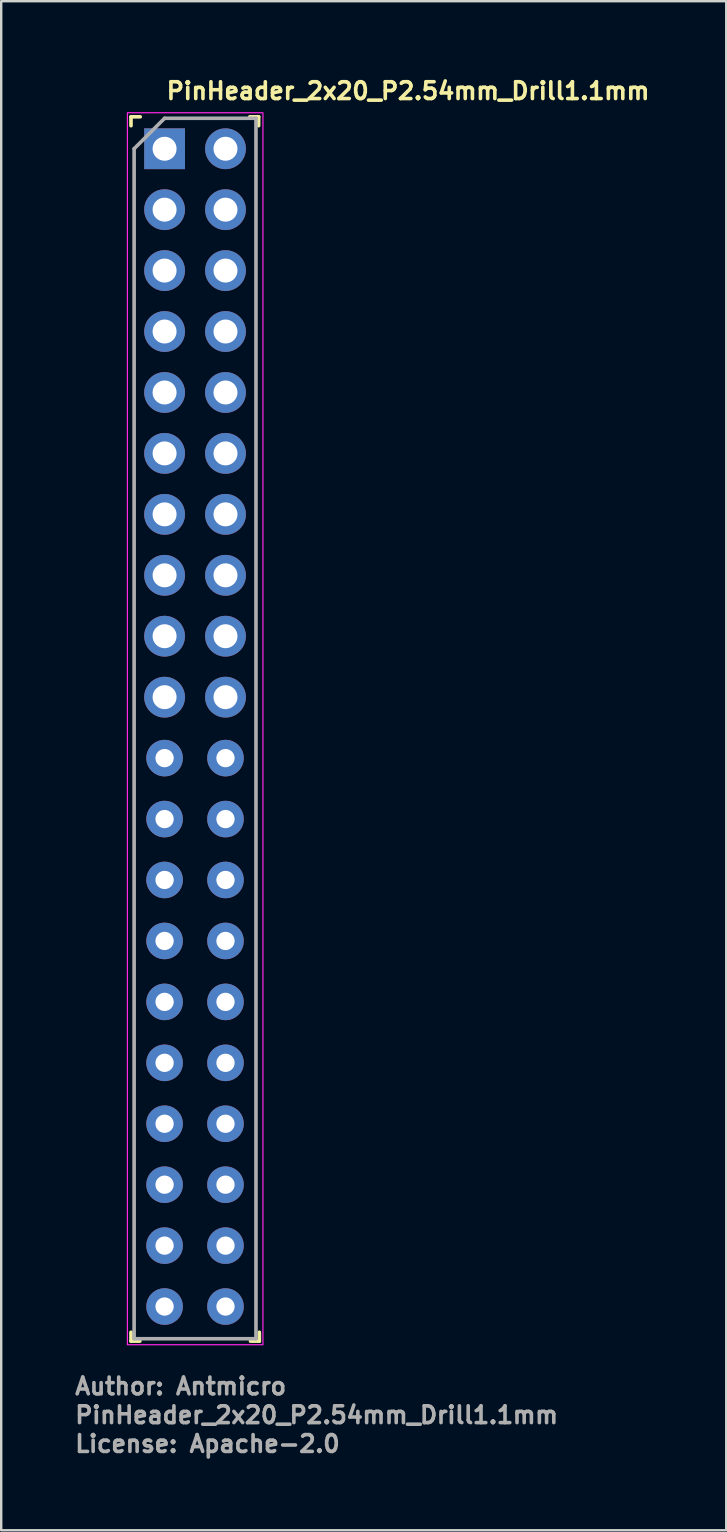
<source format=kicad_pcb>
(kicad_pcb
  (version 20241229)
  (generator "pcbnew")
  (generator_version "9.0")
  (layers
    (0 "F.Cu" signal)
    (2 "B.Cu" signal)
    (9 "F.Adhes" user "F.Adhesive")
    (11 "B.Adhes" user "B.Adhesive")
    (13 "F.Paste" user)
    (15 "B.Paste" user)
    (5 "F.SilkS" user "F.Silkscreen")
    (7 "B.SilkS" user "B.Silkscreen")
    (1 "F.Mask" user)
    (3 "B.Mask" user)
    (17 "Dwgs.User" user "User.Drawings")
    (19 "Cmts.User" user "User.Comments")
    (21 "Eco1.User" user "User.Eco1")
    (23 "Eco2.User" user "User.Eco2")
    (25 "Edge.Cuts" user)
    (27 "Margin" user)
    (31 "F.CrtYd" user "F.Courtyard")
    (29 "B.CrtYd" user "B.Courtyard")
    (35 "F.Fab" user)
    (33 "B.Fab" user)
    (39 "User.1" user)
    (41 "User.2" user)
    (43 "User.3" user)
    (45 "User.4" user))
  (footprint "PinHeader_2x20_P2.54mm_Drill1.1mm"
    (layer "F.Cu")
    (at 3.81 3.15)
    (property "Reference" "PinHeader_2x20_P2.54mm_Drill1.1mm" (at 0 -2 0) (layer "F.SilkS") (effects (font (size 0.7 0.7) (thickness 0.15)) (justify left bottom)))
    (attr through_hole)
    (fp_line (start -1.4 -1.331) (end -1.4 -0.961) (stroke (width 0.15) (type solid)) (layer "F.SilkS"))
    (fp_line (start -1.4 49.33) (end -1.4 49.7) (stroke (width 0.15) (type solid)) (layer "F.SilkS"))
    (fp_line (start -1.4 49.7) (end -1.03 49.7) (stroke (width 0.15) (type solid)) (layer "F.SilkS"))
    (fp_line (start -1.015 -1.331) (end -1.4 -1.331) (stroke (width 0.15) (type solid)) (layer "F.SilkS"))
    (fp_line (start 3.58 49.7) (end 3.95 49.7) (stroke (width 0.15) (type solid)) (layer "F.SilkS"))
    (fp_line (start 3.92 -1.331) (end 3.55 -1.331) (stroke (width 0.15) (type solid)) (layer "F.SilkS"))
    (fp_line (start 3.92 -0.961) (end 3.92 -1.331) (stroke (width 0.15) (type solid)) (layer "F.SilkS"))
    (fp_line (start 3.95 49.7) (end 3.95 49.33) (stroke (width 0.15) (type solid)) (layer "F.SilkS"))
    (fp_rect (start 4.1 49.85) (end -1.55 -1.5) (stroke (width 0.05) (type solid)) (fill no) (layer "F.CrtYd"))
    (fp_line (start -1.27 0) (end 0 -1.27) (stroke (width 0.15) (type solid)) (layer "F.Fab"))
    (fp_line (start -1.27 49.6) (end -1.27 0) (stroke (width 0.15) (type solid)) (layer "F.Fab"))
    (fp_line (start 0 -1.27) (end 3.809 -1.27) (stroke (width 0.15) (type solid)) (layer "F.Fab"))
    (fp_line (start 3.809 -1.27) (end 3.809 49.6) (stroke (width 0.15) (type solid)) (layer "F.Fab"))
    (fp_line (start 3.809 49.6) (end -1.27 49.6) (stroke (width 0.15) (type solid)) (layer "F.Fab"))
    (fp_rect (start 3.81 49.531) (end -1.269 -1.269) (stroke (width 0.1) (type solid)) (fill no) (layer "User.5"))
    (fp_line (start -1.269 -1.269) (end -1.269 1.047) (stroke (width 0.02) (type solid)) (layer "User.9"))
    (fp_line (start -1.269 -1.269) (end 3.81 -1.269) (stroke (width 0.02) (type solid)) (layer "User.9"))
    (fp_line (start -1.269 1.047) (end -1.044 1.27) (stroke (width 0.02) (type solid)) (layer "User.9"))
    (fp_line (start -1.269 1.047) (end 3.81 1.047) (stroke (width 0.02) (type solid)) (layer "User.9"))
    (fp_line (start -1.269 1.496) (end -1.269 3.586) (stroke (width 0.02) (type solid)) (layer "User.9"))
    (fp_line (start -1.269 1.496) (end -1.044 1.27) (stroke (width 0.02) (type solid)) (layer "User.9"))
    (fp_line (start -1.269 1.496) (end 3.81 1.496) (stroke (width 0.02) (type solid)) (layer "User.9"))
    (fp_line (start -1.269 3.586) (end -1.044 3.81) (stroke (width 0.02) (type solid)) (layer "User.9"))
    (fp_line (start -1.269 3.586) (end 3.81 3.586) (stroke (width 0.02) (type solid)) (layer "User.9"))
    (fp_line (start -1.269 4.036) (end -1.269 6.127) (stroke (width 0.02) (type solid)) (layer "User.9"))
    (fp_line (start -1.269 4.036) (end -1.044 3.81) (stroke (width 0.02) (type solid)) (layer "User.9"))
    (fp_line (start -1.269 4.036) (end 3.81 4.036) (stroke (width 0.02) (type solid)) (layer "User.9"))
    (fp_line (start -1.269 6.127) (end -1.044 6.351) (stroke (width 0.02) (type solid)) (layer "User.9"))
    (fp_line (start -1.269 6.127) (end 3.81 6.127) (stroke (width 0.02) (type solid)) (layer "User.9"))
    (fp_line (start -1.269 6.576) (end -1.269 8.667) (stroke (width 0.02) (type solid)) (layer "User.9"))
    (fp_line (start -1.269 6.576) (end -1.044 6.351) (stroke (width 0.02) (type solid)) (layer "User.9"))
    (fp_line (start -1.269 6.576) (end 3.81 6.576) (stroke (width 0.02) (type solid)) (layer "User.9"))
    (fp_line (start -1.269 8.667) (end -1.044 8.891) (stroke (width 0.02) (type solid)) (layer "User.9"))
    (fp_line (start -1.269 8.667) (end 3.81 8.667) (stroke (width 0.02) (type solid)) (layer "User.9"))
    (fp_line (start -1.269 9.116) (end -1.269 11.206) (stroke (width 0.02) (type solid)) (layer "User.9"))
    (fp_line (start -1.269 9.116) (end -1.044 8.891) (stroke (width 0.02) (type solid)) (layer "User.9"))
    (fp_line (start -1.269 9.116) (end 3.81 9.116) (stroke (width 0.02) (type solid)) (layer "User.9"))
    (fp_line (start -1.269 11.206) (end -1.044 11.43) (stroke (width 0.02) (type solid)) (layer "User.9"))
    (fp_line (start -1.269 11.206) (end 3.81 11.206) (stroke (width 0.02) (type solid)) (layer "User.9"))
    (fp_line (start -1.269 11.655) (end -1.269 13.747) (stroke (width 0.02) (type solid)) (layer "User.9"))
    (fp_line (start -1.269 11.655) (end -1.044 11.43) (stroke (width 0.02) (type solid)) (layer "User.9"))
    (fp_line (start -1.269 11.655) (end 3.81 11.655) (stroke (width 0.02) (type solid)) (layer "User.9"))
    (fp_line (start -1.269 13.747) (end -1.044 13.971) (stroke (width 0.02) (type solid)) (layer "User.9"))
    (fp_line (start -1.269 13.747) (end 3.81 13.747) (stroke (width 0.02) (type solid)) (layer "User.9"))
    (fp_line (start -1.269 14.195) (end -1.269 16.287) (stroke (width 0.02) (type solid)) (layer "User.9"))
    (fp_line (start -1.269 14.195) (end -1.044 13.971) (stroke (width 0.02) (type solid)) (layer "User.9"))
    (fp_line (start -1.269 14.195) (end 3.81 14.195) (stroke (width 0.02) (type solid)) (layer "User.9"))
    (fp_line (start -1.269 16.287) (end -1.044 16.511) (stroke (width 0.02) (type solid)) (layer "User.9"))
    (fp_line (start -1.269 16.287) (end 3.81 16.287) (stroke (width 0.02) (type solid)) (layer "User.9"))
    (fp_line (start -1.269 16.735) (end -1.269 18.827) (stroke (width 0.02) (type solid)) (layer "User.9"))
    (fp_line (start -1.269 16.735) (end -1.044 16.511) (stroke (width 0.02) (type solid)) (layer "User.9"))
    (fp_line (start -1.269 16.735) (end 3.81 16.735) (stroke (width 0.02) (type solid)) (layer "User.9"))
    (fp_line (start -1.269 18.827) (end -1.044 19.051) (stroke (width 0.02) (type solid)) (layer "User.9"))
    (fp_line (start -1.269 18.827) (end 3.81 18.827) (stroke (width 0.02) (type solid)) (layer "User.9"))
    (fp_line (start -1.269 19.276) (end -1.269 21.366) (stroke (width 0.02) (type solid)) (layer "User.9"))
    (fp_line (start -1.269 19.276) (end -1.044 19.051) (stroke (width 0.02) (type solid)) (layer "User.9"))
    (fp_line (start -1.269 19.276) (end 3.81 19.276) (stroke (width 0.02) (type solid)) (layer "User.9"))
    (fp_line (start -1.269 21.366) (end -1.044 21.59) (stroke (width 0.02) (type solid)) (layer "User.9"))
    (fp_line (start -1.269 21.366) (end 3.81 21.366) (stroke (width 0.02) (type solid)) (layer "User.9"))
    (fp_line (start -1.269 21.816) (end -1.269 23.906) (stroke (width 0.02) (type solid)) (layer "User.9"))
    (fp_line (start -1.269 21.816) (end -1.044 21.59) (stroke (width 0.02) (type solid)) (layer "User.9"))
    (fp_line (start -1.269 21.816) (end 3.81 21.816) (stroke (width 0.02) (type solid)) (layer "User.9"))
    (fp_line (start -1.269 23.906) (end -1.044 24.13) (stroke (width 0.02) (type solid)) (layer "User.9"))
    (fp_line (start -1.269 23.906) (end 3.81 23.906) (stroke (width 0.02) (type solid)) (layer "User.9"))
    (fp_line (start -1.269 24.355) (end -1.269 26.447) (stroke (width 0.02) (type solid)) (layer "User.9"))
    (fp_line (start -1.269 24.355) (end -1.044 24.13) (stroke (width 0.02) (type solid)) (layer "User.9"))
    (fp_line (start -1.269 24.355) (end 3.81 24.355) (stroke (width 0.02) (type solid)) (layer "User.9"))
    (fp_line (start -1.269 26.447) (end -1.044 26.671) (stroke (width 0.02) (type solid)) (layer "User.9"))
    (fp_line (start -1.269 26.447) (end 3.81 26.447) (stroke (width 0.02) (type solid)) (layer "User.9"))
    (fp_line (start -1.269 26.895) (end -1.269 28.987) (stroke (width 0.02) (type solid)) (layer "User.9"))
    (fp_line (start -1.269 26.895) (end -1.044 26.671) (stroke (width 0.02) (type solid)) (layer "User.9"))
    (fp_line (start -1.269 26.895) (end 3.81 26.895) (stroke (width 0.02) (type solid)) (layer "User.9"))
    (fp_line (start -1.269 28.987) (end -1.044 29.211) (stroke (width 0.02) (type solid)) (layer "User.9"))
    (fp_line (start -1.269 28.987) (end 3.81 28.987) (stroke (width 0.02) (type solid)) (layer "User.9"))
    (fp_line (start -1.269 29.436) (end -1.269 31.526) (stroke (width 0.02) (type solid)) (layer "User.9"))
    (fp_line (start -1.269 29.436) (end -1.044 29.211) (stroke (width 0.02) (type solid)) (layer "User.9"))
    (fp_line (start -1.269 29.436) (end 3.81 29.436) (stroke (width 0.02) (type solid)) (layer "User.9"))
    (fp_line (start -1.269 31.526) (end -1.044 31.75) (stroke (width 0.02) (type solid)) (layer "User.9"))
    (fp_line (start -1.269 31.526) (end 3.81 31.526) (stroke (width 0.02) (type solid)) (layer "User.9"))
    (fp_line (start -1.269 31.976) (end -1.269 34.067) (stroke (width 0.02) (type solid)) (layer "User.9"))
    (fp_line (start -1.269 31.976) (end -1.044 31.75) (stroke (width 0.02) (type solid)) (layer "User.9"))
    (fp_line (start -1.269 31.976) (end 3.81 31.976) (stroke (width 0.02) (type solid)) (layer "User.9"))
    (fp_line (start -1.269 34.067) (end -1.044 34.292) (stroke (width 0.02) (type solid)) (layer "User.9"))
    (fp_line (start -1.269 34.067) (end 3.81 34.067) (stroke (width 0.02) (type solid)) (layer "User.9"))
    (fp_line (start -1.269 34.515) (end -1.269 36.607) (stroke (width 0.02) (type solid)) (layer "User.9"))
    (fp_line (start -1.269 34.515) (end -1.044 34.292) (stroke (width 0.02) (type solid)) (layer "User.9"))
    (fp_line (start -1.269 34.515) (end 3.81 34.515) (stroke (width 0.02) (type solid)) (layer "User.9"))
    (fp_line (start -1.269 36.607) (end -1.044 36.832) (stroke (width 0.02) (type solid)) (layer "User.9"))
    (fp_line (start -1.269 36.607) (end 3.81 36.607) (stroke (width 0.02) (type solid)) (layer "User.9"))
    (fp_line (start -1.269 37.055) (end -1.269 39.146) (stroke (width 0.02) (type solid)) (layer "User.9"))
    (fp_line (start -1.269 37.055) (end -1.044 36.832) (stroke (width 0.02) (type solid)) (layer "User.9"))
    (fp_line (start -1.269 37.055) (end 3.81 37.055) (stroke (width 0.02) (type solid)) (layer "User.9"))
    (fp_line (start -1.269 39.146) (end -1.044 39.37) (stroke (width 0.02) (type solid)) (layer "User.9"))
    (fp_line (start -1.269 39.146) (end 3.81 39.146) (stroke (width 0.02) (type solid)) (layer "User.9"))
    (fp_line (start -1.269 39.595) (end -1.269 41.686) (stroke (width 0.02) (type solid)) (layer "User.9"))
    (fp_line (start -1.269 39.595) (end -1.044 39.37) (stroke (width 0.02) (type solid)) (layer "User.9"))
    (fp_line (start -1.269 39.595) (end 3.81 39.595) (stroke (width 0.02) (type solid)) (layer "User.9"))
    (fp_line (start -1.269 41.686) (end -1.044 41.911) (stroke (width 0.02) (type solid)) (layer "User.9"))
    (fp_line (start -1.269 41.686) (end 3.81 41.686) (stroke (width 0.02) (type solid)) (layer "User.9"))
    (fp_line (start -1.269 42.135) (end -1.269 44.226) (stroke (width 0.02) (type solid)) (layer "User.9"))
    (fp_line (start -1.269 42.135) (end -1.044 41.911) (stroke (width 0.02) (type solid)) (layer "User.9"))
    (fp_line (start -1.269 42.135) (end 3.81 42.135) (stroke (width 0.02) (type solid)) (layer "User.9"))
    (fp_line (start -1.269 44.226) (end -1.044 44.451) (stroke (width 0.02) (type solid)) (layer "User.9"))
    (fp_line (start -1.269 44.226) (end 3.81 44.226) (stroke (width 0.02) (type solid)) (layer "User.9"))
    (fp_line (start -1.269 44.676) (end -1.269 46.766) (stroke (width 0.02) (type solid)) (layer "User.9"))
    (fp_line (start -1.269 44.676) (end -1.044 44.451) (stroke (width 0.02) (type solid)) (layer "User.9"))
    (fp_line (start -1.269 44.676) (end 3.81 44.676) (stroke (width 0.02) (type solid)) (layer "User.9"))
    (fp_line (start -1.269 46.766) (end -1.044 46.991) (stroke (width 0.02) (type solid)) (layer "User.9"))
    (fp_line (start -1.269 46.766) (end 3.81 46.766) (stroke (width 0.02) (type solid)) (layer "User.9"))
    (fp_line (start -1.269 47.216) (end -1.269 49.531) (stroke (width 0.02) (type solid)) (layer "User.9"))
    (fp_line (start -1.269 47.216) (end -1.044 46.991) (stroke (width 0.02) (type solid)) (layer "User.9"))
    (fp_line (start -1.269 47.216) (end 3.81 47.216) (stroke (width 0.02) (type solid)) (layer "User.9"))
    (fp_line (start -1.269 49.531) (end 3.81 49.531) (stroke (width 0.02) (type solid)) (layer "User.9"))
    (fp_line (start -1.044 1.27) (end 3.586 1.27) (stroke (width 0.02) (type solid)) (layer "User.9"))
    (fp_line (start -1.044 3.81) (end 3.586 3.81) (stroke (width 0.02) (type solid)) (layer "User.9"))
    (fp_line (start -1.044 6.351) (end 3.586 6.351) (stroke (width 0.02) (type solid)) (layer "User.9"))
    (fp_line (start -1.044 8.891) (end 3.586 8.891) (stroke (width 0.02) (type solid)) (layer "User.9"))
    (fp_line (start -1.044 11.43) (end 3.586 11.43) (stroke (width 0.02) (type solid)) (layer "User.9"))
    (fp_line (start -1.044 13.971) (end 3.586 13.971) (stroke (width 0.02) (type solid)) (layer "User.9"))
    (fp_line (start -1.044 16.511) (end 3.586 16.511) (stroke (width 0.02) (type solid)) (layer "User.9"))
    (fp_line (start -1.044 19.051) (end 3.586 19.051) (stroke (width 0.02) (type solid)) (layer "User.9"))
    (fp_line (start -1.044 21.59) (end 3.586 21.59) (stroke (width 0.02) (type solid)) (layer "User.9"))
    (fp_line (start -1.044 24.13) (end 3.586 24.13) (stroke (width 0.02) (type solid)) (layer "User.9"))
    (fp_line (start -1.044 26.671) (end 3.586 26.671) (stroke (width 0.02) (type solid)) (layer "User.9"))
    (fp_line (start -1.044 29.211) (end 3.586 29.211) (stroke (width 0.02) (type solid)) (layer "User.9"))
    (fp_line (start -1.044 31.75) (end 3.586 31.75) (stroke (width 0.02) (type solid)) (layer "User.9"))
    (fp_line (start -1.044 34.292) (end 3.586 34.292) (stroke (width 0.02) (type solid)) (layer "User.9"))
    (fp_line (start -1.044 36.832) (end 3.586 36.832) (stroke (width 0.02) (type solid)) (layer "User.9"))
    (fp_line (start -1.044 39.37) (end 3.586 39.37) (stroke (width 0.02) (type solid)) (layer "User.9"))
    (fp_line (start -1.044 41.911) (end 3.586 41.911) (stroke (width 0.02) (type solid)) (layer "User.9"))
    (fp_line (start -1.044 44.451) (end 3.586 44.451) (stroke (width 0.02) (type solid)) (layer "User.9"))
    (fp_line (start -1.044 46.991) (end 3.586 46.991) (stroke (width 0.02) (type solid)) (layer "User.9"))
    (fp_line (start -0.32 -0.32) (end -0.32 0.32) (stroke (width 0.02) (type solid)) (layer "User.9"))
    (fp_line (start -0.32 -0.32) (end -0.064 -0.064) (stroke (width 0.02) (type solid)) (layer "User.9"))
    (fp_line (start -0.32 -0.32) (end 0.32 -0.32) (stroke (width 0.02) (type solid)) (layer "User.9"))
    (fp_line (start -0.32 0.32) (end -0.064 0.064) (stroke (width 0.02) (type solid)) (layer "User.9"))
    (fp_line (start -0.32 0.32) (end 0.32 0.32) (stroke (width 0.02) (type solid)) (layer "User.9"))
    (fp_line (start -0.32 2.222) (end -0.32 2.86) (stroke (width 0.02) (type solid)) (layer "User.9"))
    (fp_line (start -0.32 2.222) (end -0.064 2.476) (stroke (width 0.02) (type solid)) (layer "User.9"))
    (fp_line (start -0.32 2.222) (end 0.32 2.222) (stroke (width 0.02) (type solid)) (layer "User.9"))
    (fp_line (start -0.32 2.86) (end -0.064 2.605) (stroke (width 0.02) (type solid)) (layer "User.9"))
    (fp_line (start -0.32 2.86) (end 0.32 2.86) (stroke (width 0.02) (type solid)) (layer "User.9"))
    (fp_line (start -0.32 4.76) (end -0.32 5.401) (stroke (width 0.02) (type solid)) (layer "User.9"))
    (fp_line (start -0.32 4.76) (end -0.064 5.016) (stroke (width 0.02) (type solid)) (layer "User.9"))
    (fp_line (start -0.32 4.76) (end 0.32 4.76) (stroke (width 0.02) (type solid)) (layer "User.9"))
    (fp_line (start -0.32 5.401) (end -0.064 5.146) (stroke (width 0.02) (type solid)) (layer "User.9"))
    (fp_line (start -0.32 5.401) (end 0.32 5.401) (stroke (width 0.02) (type solid)) (layer "User.9"))
    (fp_line (start -0.32 7.3) (end -0.32 7.941) (stroke (width 0.02) (type solid)) (layer "User.9"))
    (fp_line (start -0.32 7.3) (end -0.064 7.556) (stroke (width 0.02) (type solid)) (layer "User.9"))
    (fp_line (start -0.32 7.3) (end 0.32 7.3) (stroke (width 0.02) (type solid)) (layer "User.9"))
    (fp_line (start -0.32 7.941) (end -0.064 7.686) (stroke (width 0.02) (type solid)) (layer "User.9"))
    (fp_line (start -0.32 7.941) (end 0.32 7.941) (stroke (width 0.02) (type solid)) (layer "User.9"))
    (fp_line (start -0.32 9.84) (end -0.32 10.481) (stroke (width 0.02) (type solid)) (layer "User.9"))
    (fp_line (start -0.32 9.84) (end -0.064 10.096) (stroke (width 0.02) (type solid)) (layer "User.9"))
    (fp_line (start -0.32 9.84) (end 0.32 9.84) (stroke (width 0.02) (type solid)) (layer "User.9"))
    (fp_line (start -0.32 10.481) (end -0.064 10.224) (stroke (width 0.02) (type solid)) (layer "User.9"))
    (fp_line (start -0.32 10.481) (end 0.32 10.481) (stroke (width 0.02) (type solid)) (layer "User.9"))
    (fp_line (start -0.32 12.381) (end -0.32 13.02) (stroke (width 0.02) (type solid)) (layer "User.9"))
    (fp_line (start -0.32 12.381) (end -0.064 12.637) (stroke (width 0.02) (type solid)) (layer "User.9"))
    (fp_line (start -0.32 12.381) (end 0.32 12.381) (stroke (width 0.02) (type solid)) (layer "User.9"))
    (fp_line (start -0.32 13.02) (end -0.064 12.765) (stroke (width 0.02) (type solid)) (layer "User.9"))
    (fp_line (start -0.32 13.02) (end 0.32 13.02) (stroke (width 0.02) (type solid)) (layer "User.9"))
    (fp_line (start -0.32 14.92) (end -0.32 15.561) (stroke (width 0.02) (type solid)) (layer "User.9"))
    (fp_line (start -0.32 14.92) (end -0.064 15.176) (stroke (width 0.02) (type solid)) (layer "User.9"))
    (fp_line (start -0.32 14.92) (end 0.32 14.92) (stroke (width 0.02) (type solid)) (layer "User.9"))
    (fp_line (start -0.32 15.561) (end -0.064 15.304) (stroke (width 0.02) (type solid)) (layer "User.9"))
    (fp_line (start -0.32 15.561) (end 0.32 15.561) (stroke (width 0.02) (type solid)) (layer "User.9"))
    (fp_line (start -0.32 17.461) (end -0.32 18.101) (stroke (width 0.02) (type solid)) (layer "User.9"))
    (fp_line (start -0.32 17.461) (end -0.064 17.717) (stroke (width 0.02) (type solid)) (layer "User.9"))
    (fp_line (start -0.32 17.461) (end 0.32 17.461) (stroke (width 0.02) (type solid)) (layer "User.9"))
    (fp_line (start -0.32 18.101) (end -0.064 17.845) (stroke (width 0.02) (type solid)) (layer "User.9"))
    (fp_line (start -0.32 18.101) (end 0.32 18.101) (stroke (width 0.02) (type solid)) (layer "User.9"))
    (fp_line (start -0.32 20) (end -0.32 20.641) (stroke (width 0.02) (type solid)) (layer "User.9"))
    (fp_line (start -0.32 20) (end -0.064 20.258) (stroke (width 0.02) (type solid)) (layer "User.9"))
    (fp_line (start -0.32 20) (end 0.32 20) (stroke (width 0.02) (type solid)) (layer "User.9"))
    (fp_line (start -0.32 20.641) (end -0.064 20.386) (stroke (width 0.02) (type solid)) (layer "User.9"))
    (fp_line (start -0.32 20.641) (end 0.32 20.641) (stroke (width 0.02) (type solid)) (layer "User.9"))
    (fp_line (start -0.32 22.541) (end -0.32 23.18) (stroke (width 0.02) (type solid)) (layer "User.9"))
    (fp_line (start -0.32 22.541) (end -0.064 22.796) (stroke (width 0.02) (type solid)) (layer "User.9"))
    (fp_line (start -0.32 22.541) (end 0.32 22.541) (stroke (width 0.02) (type solid)) (layer "User.9"))
    (fp_line (start -0.32 23.18) (end -0.064 22.924) (stroke (width 0.02) (type solid)) (layer "User.9"))
    (fp_line (start -0.32 23.18) (end 0.32 23.18) (stroke (width 0.02) (type solid)) (layer "User.9"))
    (fp_line (start -0.32 25.081) (end -0.32 25.72) (stroke (width 0.02) (type solid)) (layer "User.9"))
    (fp_line (start -0.32 25.081) (end -0.064 25.337) (stroke (width 0.02) (type solid)) (layer "User.9"))
    (fp_line (start -0.32 25.081) (end 0.32 25.081) (stroke (width 0.02) (type solid)) (layer "User.9"))
    (fp_line (start -0.32 25.72) (end -0.064 25.465) (stroke (width 0.02) (type solid)) (layer "User.9"))
    (fp_line (start -0.32 25.72) (end 0.32 25.72) (stroke (width 0.02) (type solid)) (layer "User.9"))
    (fp_line (start -0.32 27.622) (end -0.32 28.261) (stroke (width 0.02) (type solid)) (layer "User.9"))
    (fp_line (start -0.32 27.622) (end -0.064 27.877) (stroke (width 0.02) (type solid)) (layer "User.9"))
    (fp_line (start -0.32 27.622) (end 0.32 27.622) (stroke (width 0.02) (type solid)) (layer "User.9"))
    (fp_line (start -0.32 28.261) (end -0.064 28.005) (stroke (width 0.02) (type solid)) (layer "User.9"))
    (fp_line (start -0.32 28.261) (end 0.32 28.261) (stroke (width 0.02) (type solid)) (layer "User.9"))
    (fp_line (start -0.32 30.16) (end -0.32 30.801) (stroke (width 0.02) (type solid)) (layer "User.9"))
    (fp_line (start -0.32 30.16) (end -0.064 30.416) (stroke (width 0.02) (type solid)) (layer "User.9"))
    (fp_line (start -0.32 30.16) (end 0.32 30.16) (stroke (width 0.02) (type solid)) (layer "User.9"))
    (fp_line (start -0.32 30.801) (end -0.064 30.546) (stroke (width 0.02) (type solid)) (layer "User.9"))
    (fp_line (start -0.32 30.801) (end 0.32 30.801) (stroke (width 0.02) (type solid)) (layer "User.9"))
    (fp_line (start -0.32 32.701) (end -0.32 33.342) (stroke (width 0.02) (type solid)) (layer "User.9"))
    (fp_line (start -0.32 32.701) (end -0.064 32.958) (stroke (width 0.02) (type solid)) (layer "User.9"))
    (fp_line (start -0.32 32.701) (end 0.32 32.701) (stroke (width 0.02) (type solid)) (layer "User.9"))
    (fp_line (start -0.32 33.342) (end -0.064 33.086) (stroke (width 0.02) (type solid)) (layer "User.9"))
    (fp_line (start -0.32 33.342) (end 0.32 33.342) (stroke (width 0.02) (type solid)) (layer "User.9"))
    (fp_line (start -0.32 35.241) (end -0.32 35.881) (stroke (width 0.02) (type solid)) (layer "User.9"))
    (fp_line (start -0.32 35.241) (end -0.064 35.497) (stroke (width 0.02) (type solid)) (layer "User.9"))
    (fp_line (start -0.32 35.241) (end 0.32 35.241) (stroke (width 0.02) (type solid)) (layer "User.9"))
    (fp_line (start -0.32 35.881) (end -0.064 35.625) (stroke (width 0.02) (type solid)) (layer "User.9"))
    (fp_line (start -0.32 35.881) (end 0.32 35.881) (stroke (width 0.02) (type solid)) (layer "User.9"))
    (fp_line (start -0.32 37.781) (end -0.32 38.421) (stroke (width 0.02) (type solid)) (layer "User.9"))
    (fp_line (start -0.32 37.781) (end -0.064 38.037) (stroke (width 0.02) (type solid)) (layer "User.9"))
    (fp_line (start -0.32 37.781) (end 0.32 37.781) (stroke (width 0.02) (type solid)) (layer "User.9"))
    (fp_line (start -0.32 38.421) (end -0.064 38.165) (stroke (width 0.02) (type solid)) (layer "User.9"))
    (fp_line (start -0.32 38.421) (end 0.32 38.421) (stroke (width 0.02) (type solid)) (layer "User.9"))
    (fp_line (start -0.32 40.32) (end -0.32 40.96) (stroke (width 0.02) (type solid)) (layer "User.9"))
    (fp_line (start -0.32 40.32) (end -0.064 40.576) (stroke (width 0.02) (type solid)) (layer "User.9"))
    (fp_line (start -0.32 40.32) (end 0.32 40.32) (stroke (width 0.02) (type solid)) (layer "User.9"))
    (fp_line (start -0.32 40.96) (end -0.064 40.704) (stroke (width 0.02) (type solid)) (layer "User.9"))
    (fp_line (start -0.32 40.96) (end 0.32 40.96) (stroke (width 0.02) (type solid)) (layer "User.9"))
    (fp_line (start -0.32 42.862) (end -0.32 43.5) (stroke (width 0.02) (type solid)) (layer "User.9"))
    (fp_line (start -0.32 42.862) (end -0.064 43.118) (stroke (width 0.02) (type solid)) (layer "User.9"))
    (fp_line (start -0.32 42.862) (end 0.32 42.862) (stroke (width 0.02) (type solid)) (layer "User.9"))
    (fp_line (start -0.32 43.5) (end -0.064 43.244) (stroke (width 0.02) (type solid)) (layer "User.9"))
    (fp_line (start -0.32 43.5) (end 0.32 43.5) (stroke (width 0.02) (type solid)) (layer "User.9"))
    (fp_line (start -0.32 45.402) (end -0.32 46.042) (stroke (width 0.02) (type solid)) (layer "User.9"))
    (fp_line (start -0.32 45.402) (end -0.064 45.656) (stroke (width 0.02) (type solid)) (layer "User.9"))
    (fp_line (start -0.32 45.402) (end 0.32 45.402) (stroke (width 0.02) (type solid)) (layer "User.9"))
    (fp_line (start -0.32 46.042) (end -0.064 45.784) (stroke (width 0.02) (type solid)) (layer "User.9"))
    (fp_line (start -0.32 46.042) (end 0.32 46.042) (stroke (width 0.02) (type solid)) (layer "User.9"))
    (fp_line (start -0.32 47.94) (end -0.32 48.582) (stroke (width 0.02) (type solid)) (layer "User.9"))
    (fp_line (start -0.32 47.94) (end -0.064 48.196) (stroke (width 0.02) (type solid)) (layer "User.9"))
    (fp_line (start -0.32 47.94) (end 0.32 47.94) (stroke (width 0.02) (type solid)) (layer "User.9"))
    (fp_line (start -0.32 48.582) (end -0.064 48.326) (stroke (width 0.02) (type solid)) (layer "User.9"))
    (fp_line (start -0.32 48.582) (end 0.32 48.582) (stroke (width 0.02) (type solid)) (layer "User.9"))
    (fp_line (start -0.064 -0.064) (end -0.064 0.064) (stroke (width 0.02) (type solid)) (layer "User.9"))
    (fp_line (start -0.064 -0.064) (end 0.064 -0.064) (stroke (width 0.02) (type solid)) (layer "User.9"))
    (fp_line (start -0.064 0.064) (end 0.064 0.064) (stroke (width 0.02) (type solid)) (layer "User.9"))
    (fp_line (start -0.064 2.476) (end -0.064 2.605) (stroke (width 0.02) (type solid)) (layer "User.9"))
    (fp_line (start -0.064 2.476) (end 0.064 2.476) (stroke (width 0.02) (type solid)) (layer "User.9"))
    (fp_line (start -0.064 2.605) (end 0.064 2.605) (stroke (width 0.02) (type solid)) (layer "User.9"))
    (fp_line (start -0.064 5.016) (end -0.064 5.146) (stroke (width 0.02) (type solid)) (layer "User.9"))
    (fp_line (start -0.064 5.016) (end 0.064 5.016) (stroke (width 0.02) (type solid)) (layer "User.9"))
    (fp_line (start -0.064 5.146) (end 0.064 5.146) (stroke (width 0.02) (type solid)) (layer "User.9"))
    (fp_line (start -0.064 7.556) (end -0.064 7.686) (stroke (width 0.02) (type solid)) (layer "User.9"))
    (fp_line (start -0.064 7.556) (end 0.064 7.556) (stroke (width 0.02) (type solid)) (layer "User.9"))
    (fp_line (start -0.064 7.686) (end 0.064 7.686) (stroke (width 0.02) (type solid)) (layer "User.9"))
    (fp_line (start -0.064 10.096) (end -0.064 10.224) (stroke (width 0.02) (type solid)) (layer "User.9"))
    (fp_line (start -0.064 10.096) (end 0.064 10.096) (stroke (width 0.02) (type solid)) (layer "User.9"))
    (fp_line (start -0.064 10.224) (end 0.064 10.224) (stroke (width 0.02) (type solid)) (layer "User.9"))
    (fp_line (start -0.064 12.637) (end -0.064 12.765) (stroke (width 0.02) (type solid)) (layer "User.9"))
    (fp_line (start -0.064 12.637) (end 0.064 12.637) (stroke (width 0.02) (type solid)) (layer "User.9"))
    (fp_line (start -0.064 12.765) (end 0.064 12.765) (stroke (width 0.02) (type solid)) (layer "User.9"))
    (fp_line (start -0.064 15.176) (end -0.064 15.304) (stroke (width 0.02) (type solid)) (layer "User.9"))
    (fp_line (start -0.064 15.176) (end 0.064 15.176) (stroke (width 0.02) (type solid)) (layer "User.9"))
    (fp_line (start -0.064 15.304) (end 0.064 15.304) (stroke (width 0.02) (type solid)) (layer "User.9"))
    (fp_line (start -0.064 17.717) (end -0.064 17.845) (stroke (width 0.02) (type solid)) (layer "User.9"))
    (fp_line (start -0.064 17.717) (end 0.064 17.717) (stroke (width 0.02) (type solid)) (layer "User.9"))
    (fp_line (start -0.064 17.845) (end 0.064 17.845) (stroke (width 0.02) (type solid)) (layer "User.9"))
    (fp_line (start -0.064 20.258) (end -0.064 20.386) (stroke (width 0.02) (type solid)) (layer "User.9"))
    (fp_line (start -0.064 20.258) (end 0.064 20.258) (stroke (width 0.02) (type solid)) (layer "User.9"))
    (fp_line (start -0.064 20.386) (end 0.064 20.386) (stroke (width 0.02) (type solid)) (layer "User.9"))
    (fp_line (start -0.064 22.796) (end -0.064 22.924) (stroke (width 0.02) (type solid)) (layer "User.9"))
    (fp_line (start -0.064 22.796) (end 0.064 22.796) (stroke (width 0.02) (type solid)) (layer "User.9"))
    (fp_line (start -0.064 22.924) (end 0.064 22.924) (stroke (width 0.02) (type solid)) (layer "User.9"))
    (fp_line (start -0.064 25.337) (end -0.064 25.465) (stroke (width 0.02) (type solid)) (layer "User.9"))
    (fp_line (start -0.064 25.337) (end 0.064 25.337) (stroke (width 0.02) (type solid)) (layer "User.9"))
    (fp_line (start -0.064 25.465) (end 0.064 25.465) (stroke (width 0.02) (type solid)) (layer "User.9"))
    (fp_line (start -0.064 27.877) (end -0.064 28.005) (stroke (width 0.02) (type solid)) (layer "User.9"))
    (fp_line (start -0.064 27.877) (end 0.064 27.877) (stroke (width 0.02) (type solid)) (layer "User.9"))
    (fp_line (start -0.064 28.005) (end 0.064 28.005) (stroke (width 0.02) (type solid)) (layer "User.9"))
    (fp_line (start -0.064 30.416) (end -0.064 30.546) (stroke (width 0.02) (type solid)) (layer "User.9"))
    (fp_line (start -0.064 30.416) (end 0.064 30.416) (stroke (width 0.02) (type solid)) (layer "User.9"))
    (fp_line (start -0.064 30.546) (end 0.064 30.546) (stroke (width 0.02) (type solid)) (layer "User.9"))
    (fp_line (start -0.064 32.958) (end -0.064 33.086) (stroke (width 0.02) (type solid)) (layer "User.9"))
    (fp_line (start -0.064 32.958) (end 0.064 32.958) (stroke (width 0.02) (type solid)) (layer "User.9"))
    (fp_line (start -0.064 33.086) (end 0.064 33.086) (stroke (width 0.02) (type solid)) (layer "User.9"))
    (fp_line (start -0.064 35.497) (end -0.064 35.625) (stroke (width 0.02) (type solid)) (layer "User.9"))
    (fp_line (start -0.064 35.497) (end 0.064 35.497) (stroke (width 0.02) (type solid)) (layer "User.9"))
    (fp_line (start -0.064 35.625) (end 0.064 35.625) (stroke (width 0.02) (type solid)) (layer "User.9"))
    (fp_line (start -0.064 38.037) (end -0.064 38.165) (stroke (width 0.02) (type solid)) (layer "User.9"))
    (fp_line (start -0.064 38.037) (end 0.064 38.037) (stroke (width 0.02) (type solid)) (layer "User.9"))
    (fp_line (start -0.064 38.165) (end 0.064 38.165) (stroke (width 0.02) (type solid)) (layer "User.9"))
    (fp_line (start -0.064 40.576) (end -0.064 40.704) (stroke (width 0.02) (type solid)) (layer "User.9"))
    (fp_line (start -0.064 40.576) (end 0.064 40.576) (stroke (width 0.02) (type solid)) (layer "User.9"))
    (fp_line (start -0.064 40.704) (end 0.064 40.704) (stroke (width 0.02) (type solid)) (layer "User.9"))
    (fp_line (start -0.064 43.118) (end -0.064 43.244) (stroke (width 0.02) (type solid)) (layer "User.9"))
    (fp_line (start -0.064 43.118) (end 0.064 43.118) (stroke (width 0.02) (type solid)) (layer "User.9"))
    (fp_line (start -0.064 43.244) (end 0.064 43.244) (stroke (width 0.02) (type solid)) (layer "User.9"))
    (fp_line (start -0.064 45.656) (end -0.064 45.784) (stroke (width 0.02) (type solid)) (layer "User.9"))
    (fp_line (start -0.064 45.656) (end 0.064 45.656) (stroke (width 0.02) (type solid)) (layer "User.9"))
    (fp_line (start -0.064 45.784) (end 0.064 45.784) (stroke (width 0.02) (type solid)) (layer "User.9"))
    (fp_line (start -0.064 48.196) (end -0.064 48.326) (stroke (width 0.02) (type solid)) (layer "User.9"))
    (fp_line (start -0.064 48.196) (end 0.064 48.196) (stroke (width 0.02) (type solid)) (layer "User.9"))
    (fp_line (start -0.064 48.326) (end 0.064 48.326) (stroke (width 0.02) (type solid)) (layer "User.9"))
    (fp_line (start 0.064 -0.064) (end 0.064 0.064) (stroke (width 0.02) (type solid)) (layer "User.9"))
    (fp_line (start 0.064 2.476) (end 0.064 2.605) (stroke (width 0.02) (type solid)) (layer "User.9"))
    (fp_line (start 0.064 5.016) (end 0.064 5.146) (stroke (width 0.02) (type solid)) (layer "User.9"))
    (fp_line (start 0.064 7.556) (end 0.064 7.686) (stroke (width 0.02) (type solid)) (layer "User.9"))
    (fp_line (start 0.064 10.096) (end 0.064 10.224) (stroke (width 0.02) (type solid)) (layer "User.9"))
    (fp_line (start 0.064 12.637) (end 0.064 12.765) (stroke (width 0.02) (type solid)) (layer "User.9"))
    (fp_line (start 0.064 15.176) (end 0.064 15.304) (stroke (width 0.02) (type solid)) (layer "User.9"))
    (fp_line (start 0.064 17.717) (end 0.064 17.845) (stroke (width 0.02) (type solid)) (layer "User.9"))
    (fp_line (start 0.064 20.258) (end 0.064 20.386) (stroke (width 0.02) (type solid)) (layer "User.9"))
    (fp_line (start 0.064 22.796) (end 0.064 22.924) (stroke (width 0.02) (type solid)) (layer "User.9"))
    (fp_line (start 0.064 25.337) (end 0.064 25.465) (stroke (width 0.02) (type solid)) (layer "User.9"))
    (fp_line (start 0.064 27.877) (end 0.064 28.005) (stroke (width 0.02) (type solid)) (layer "User.9"))
    (fp_line (start 0.064 30.416) (end 0.064 30.546) (stroke (width 0.02) (type solid)) (layer "User.9"))
    (fp_line (start 0.064 32.958) (end 0.064 33.086) (stroke (width 0.02) (type solid)) (layer "User.9"))
    (fp_line (start 0.064 35.497) (end 0.064 35.625) (stroke (width 0.02) (type solid)) (layer "User.9"))
    (fp_line (start 0.064 38.037) (end 0.064 38.165) (stroke (width 0.02) (type solid)) (layer "User.9"))
    (fp_line (start 0.064 40.576) (end 0.064 40.704) (stroke (width 0.02) (type solid)) (layer "User.9"))
    (fp_line (start 0.064 43.118) (end 0.064 43.244) (stroke (width 0.02) (type solid)) (layer "User.9"))
    (fp_line (start 0.064 45.656) (end 0.064 45.784) (stroke (width 0.02) (type solid)) (layer "User.9"))
    (fp_line (start 0.064 48.196) (end 0.064 48.326) (stroke (width 0.02) (type solid)) (layer "User.9"))
    (fp_line (start 0.32 -0.32) (end 0.064 -0.064) (stroke (width 0.02) (type solid)) (layer "User.9"))
    (fp_line (start 0.32 -0.32) (end 0.32 0.32) (stroke (width 0.02) (type solid)) (layer "User.9"))
    (fp_line (start 0.32 0.32) (end 0.064 0.064) (stroke (width 0.02) (type solid)) (layer "User.9"))
    (fp_line (start 0.32 2.222) (end 0.064 2.476) (stroke (width 0.02) (type solid)) (layer "User.9"))
    (fp_line (start 0.32 2.222) (end 0.32 2.86) (stroke (width 0.02) (type solid)) (layer "User.9"))
    (fp_line (start 0.32 2.86) (end 0.064 2.605) (stroke (width 0.02) (type solid)) (layer "User.9"))
    (fp_line (start 0.32 4.76) (end 0.064 5.016) (stroke (width 0.02) (type solid)) (layer "User.9"))
    (fp_line (start 0.32 4.76) (end 0.32 5.401) (stroke (width 0.02) (type solid)) (layer "User.9"))
    (fp_line (start 0.32 5.401) (end 0.064 5.146) (stroke (width 0.02) (type solid)) (layer "User.9"))
    (fp_line (start 0.32 7.3) (end 0.064 7.556) (stroke (width 0.02) (type solid)) (layer "User.9"))
    (fp_line (start 0.32 7.3) (end 0.32 7.941) (stroke (width 0.02) (type solid)) (layer "User.9"))
    (fp_line (start 0.32 7.941) (end 0.064 7.686) (stroke (width 0.02) (type solid)) (layer "User.9"))
    (fp_line (start 0.32 9.84) (end 0.064 10.096) (stroke (width 0.02) (type solid)) (layer "User.9"))
    (fp_line (start 0.32 9.84) (end 0.32 10.481) (stroke (width 0.02) (type solid)) (layer "User.9"))
    (fp_line (start 0.32 10.481) (end 0.064 10.224) (stroke (width 0.02) (type solid)) (layer "User.9"))
    (fp_line (start 0.32 12.381) (end 0.064 12.637) (stroke (width 0.02) (type solid)) (layer "User.9"))
    (fp_line (start 0.32 12.381) (end 0.32 13.02) (stroke (width 0.02) (type solid)) (layer "User.9"))
    (fp_line (start 0.32 13.02) (end 0.064 12.765) (stroke (width 0.02) (type solid)) (layer "User.9"))
    (fp_line (start 0.32 14.92) (end 0.064 15.176) (stroke (width 0.02) (type solid)) (layer "User.9"))
    (fp_line (start 0.32 14.92) (end 0.32 15.561) (stroke (width 0.02) (type solid)) (layer "User.9"))
    (fp_line (start 0.32 15.561) (end 0.064 15.304) (stroke (width 0.02) (type solid)) (layer "User.9"))
    (fp_line (start 0.32 17.461) (end 0.064 17.717) (stroke (width 0.02) (type solid)) (layer "User.9"))
    (fp_line (start 0.32 17.461) (end 0.32 18.101) (stroke (width 0.02) (type solid)) (layer "User.9"))
    (fp_line (start 0.32 18.101) (end 0.064 17.845) (stroke (width 0.02) (type solid)) (layer "User.9"))
    (fp_line (start 0.32 20) (end 0.064 20.258) (stroke (width 0.02) (type solid)) (layer "User.9"))
    (fp_line (start 0.32 20) (end 0.32 20.641) (stroke (width 0.02) (type solid)) (layer "User.9"))
    (fp_line (start 0.32 20.641) (end 0.064 20.386) (stroke (width 0.02) (type solid)) (layer "User.9"))
    (fp_line (start 0.32 22.541) (end 0.064 22.796) (stroke (width 0.02) (type solid)) (layer "User.9"))
    (fp_line (start 0.32 22.541) (end 0.32 23.18) (stroke (width 0.02) (type solid)) (layer "User.9"))
    (fp_line (start 0.32 23.18) (end 0.064 22.924) (stroke (width 0.02) (type solid)) (layer "User.9"))
    (fp_line (start 0.32 25.081) (end 0.064 25.337) (stroke (width 0.02) (type solid)) (layer "User.9"))
    (fp_line (start 0.32 25.081) (end 0.32 25.72) (stroke (width 0.02) (type solid)) (layer "User.9"))
    (fp_line (start 0.32 25.72) (end 0.064 25.465) (stroke (width 0.02) (type solid)) (layer "User.9"))
    (fp_line (start 0.32 27.622) (end 0.064 27.877) (stroke (width 0.02) (type solid)) (layer "User.9"))
    (fp_line (start 0.32 27.622) (end 0.32 28.261) (stroke (width 0.02) (type solid)) (layer "User.9"))
    (fp_line (start 0.32 28.261) (end 0.064 28.005) (stroke (width 0.02) (type solid)) (layer "User.9"))
    (fp_line (start 0.32 30.16) (end 0.064 30.416) (stroke (width 0.02) (type solid)) (layer "User.9"))
    (fp_line (start 0.32 30.16) (end 0.32 30.801) (stroke (width 0.02) (type solid)) (layer "User.9"))
    (fp_line (start 0.32 30.801) (end 0.064 30.546) (stroke (width 0.02) (type solid)) (layer "User.9"))
    (fp_line (start 0.32 32.701) (end 0.064 32.958) (stroke (width 0.02) (type solid)) (layer "User.9"))
    (fp_line (start 0.32 32.701) (end 0.32 33.342) (stroke (width 0.02) (type solid)) (layer "User.9"))
    (fp_line (start 0.32 33.342) (end 0.064 33.086) (stroke (width 0.02) (type solid)) (layer "User.9"))
    (fp_line (start 0.32 35.241) (end 0.064 35.497) (stroke (width 0.02) (type solid)) (layer "User.9"))
    (fp_line (start 0.32 35.241) (end 0.32 35.881) (stroke (width 0.02) (type solid)) (layer "User.9"))
    (fp_line (start 0.32 35.881) (end 0.064 35.625) (stroke (width 0.02) (type solid)) (layer "User.9"))
    (fp_line (start 0.32 37.781) (end 0.064 38.037) (stroke (width 0.02) (type solid)) (layer "User.9"))
    (fp_line (start 0.32 37.781) (end 0.32 38.421) (stroke (width 0.02) (type solid)) (layer "User.9"))
    (fp_line (start 0.32 38.421) (end 0.064 38.165) (stroke (width 0.02) (type solid)) (layer "User.9"))
    (fp_line (start 0.32 40.32) (end 0.064 40.576) (stroke (width 0.02) (type solid)) (layer "User.9"))
    (fp_line (start 0.32 40.32) (end 0.32 40.96) (stroke (width 0.02) (type solid)) (layer "User.9"))
    (fp_line (start 0.32 40.96) (end 0.064 40.704) (stroke (width 0.02) (type solid)) (layer "User.9"))
    (fp_line (start 0.32 42.862) (end 0.064 43.118) (stroke (width 0.02) (type solid)) (layer "User.9"))
    (fp_line (start 0.32 42.862) (end 0.32 43.5) (stroke (width 0.02) (type solid)) (layer "User.9"))
    (fp_line (start 0.32 43.5) (end 0.064 43.244) (stroke (width 0.02) (type solid)) (layer "User.9"))
    (fp_line (start 0.32 45.402) (end 0.064 45.656) (stroke (width 0.02) (type solid)) (layer "User.9"))
    (fp_line (start 0.32 45.402) (end 0.32 46.042) (stroke (width 0.02) (type solid)) (layer "User.9"))
    (fp_line (start 0.32 46.042) (end 0.064 45.784) (stroke (width 0.02) (type solid)) (layer "User.9"))
    (fp_line (start 0.32 47.94) (end 0.064 48.196) (stroke (width 0.02) (type solid)) (layer "User.9"))
    (fp_line (start 0.32 47.94) (end 0.32 48.582) (stroke (width 0.02) (type solid)) (layer "User.9"))
    (fp_line (start 0.32 48.582) (end 0.064 48.326) (stroke (width 0.02) (type solid)) (layer "User.9"))
    (fp_line (start 2.222 -0.32) (end 2.222 0.32) (stroke (width 0.02) (type solid)) (layer "User.9"))
    (fp_line (start 2.222 -0.32) (end 2.476 -0.064) (stroke (width 0.02) (type solid)) (layer "User.9"))
    (fp_line (start 2.222 -0.32) (end 2.86 -0.32) (stroke (width 0.02) (type solid)) (layer "User.9"))
    (fp_line (start 2.222 0.32) (end 2.476 0.064) (stroke (width 0.02) (type solid)) (layer "User.9"))
    (fp_line (start 2.222 0.32) (end 2.86 0.32) (stroke (width 0.02) (type solid)) (layer "User.9"))
    (fp_line (start 2.222 2.222) (end 2.222 2.86) (stroke (width 0.02) (type solid)) (layer "User.9"))
    (fp_line (start 2.222 2.222) (end 2.476 2.476) (stroke (width 0.02) (type solid)) (layer "User.9"))
    (fp_line (start 2.222 2.222) (end 2.86 2.222) (stroke (width 0.02) (type solid)) (layer "User.9"))
    (fp_line (start 2.222 2.86) (end 2.476 2.605) (stroke (width 0.02) (type solid)) (layer "User.9"))
    (fp_line (start 2.222 2.86) (end 2.86 2.86) (stroke (width 0.02) (type solid)) (layer "User.9"))
    (fp_line (start 2.222 4.76) (end 2.222 5.401) (stroke (width 0.02) (type solid)) (layer "User.9"))
    (fp_line (start 2.222 4.76) (end 2.476 5.016) (stroke (width 0.02) (type solid)) (layer "User.9"))
    (fp_line (start 2.222 4.76) (end 2.86 4.76) (stroke (width 0.02) (type solid)) (layer "User.9"))
    (fp_line (start 2.222 5.401) (end 2.476 5.146) (stroke (width 0.02) (type solid)) (layer "User.9"))
    (fp_line (start 2.222 5.401) (end 2.86 5.401) (stroke (width 0.02) (type solid)) (layer "User.9"))
    (fp_line (start 2.222 7.3) (end 2.222 7.941) (stroke (width 0.02) (type solid)) (layer "User.9"))
    (fp_line (start 2.222 7.3) (end 2.476 7.556) (stroke (width 0.02) (type solid)) (layer "User.9"))
    (fp_line (start 2.222 7.3) (end 2.86 7.3) (stroke (width 0.02) (type solid)) (layer "User.9"))
    (fp_line (start 2.222 7.941) (end 2.476 7.686) (stroke (width 0.02) (type solid)) (layer "User.9"))
    (fp_line (start 2.222 7.941) (end 2.86 7.941) (stroke (width 0.02) (type solid)) (layer "User.9"))
    (fp_line (start 2.222 9.84) (end 2.222 10.481) (stroke (width 0.02) (type solid)) (layer "User.9"))
    (fp_line (start 2.222 9.84) (end 2.476 10.096) (stroke (width 0.02) (type solid)) (layer "User.9"))
    (fp_line (start 2.222 9.84) (end 2.86 9.84) (stroke (width 0.02) (type solid)) (layer "User.9"))
    (fp_line (start 2.222 10.481) (end 2.476 10.224) (stroke (width 0.02) (type solid)) (layer "User.9"))
    (fp_line (start 2.222 10.481) (end 2.86 10.481) (stroke (width 0.02) (type solid)) (layer "User.9"))
    (fp_line (start 2.222 12.381) (end 2.222 13.02) (stroke (width 0.02) (type solid)) (layer "User.9"))
    (fp_line (start 2.222 12.381) (end 2.476 12.637) (stroke (width 0.02) (type solid)) (layer "User.9"))
    (fp_line (start 2.222 12.381) (end 2.86 12.381) (stroke (width 0.02) (type solid)) (layer "User.9"))
    (fp_line (start 2.222 13.02) (end 2.476 12.765) (stroke (width 0.02) (type solid)) (layer "User.9"))
    (fp_line (start 2.222 13.02) (end 2.86 13.02) (stroke (width 0.02) (type solid)) (layer "User.9"))
    (fp_line (start 2.222 14.92) (end 2.222 15.561) (stroke (width 0.02) (type solid)) (layer "User.9"))
    (fp_line (start 2.222 14.92) (end 2.476 15.176) (stroke (width 0.02) (type solid)) (layer "User.9"))
    (fp_line (start 2.222 14.92) (end 2.86 14.92) (stroke (width 0.02) (type solid)) (layer "User.9"))
    (fp_line (start 2.222 15.561) (end 2.476 15.304) (stroke (width 0.02) (type solid)) (layer "User.9"))
    (fp_line (start 2.222 15.561) (end 2.86 15.561) (stroke (width 0.02) (type solid)) (layer "User.9"))
    (fp_line (start 2.222 17.461) (end 2.222 18.101) (stroke (width 0.02) (type solid)) (layer "User.9"))
    (fp_line (start 2.222 17.461) (end 2.476 17.717) (stroke (width 0.02) (type solid)) (layer "User.9"))
    (fp_line (start 2.222 17.461) (end 2.86 17.461) (stroke (width 0.02) (type solid)) (layer "User.9"))
    (fp_line (start 2.222 18.101) (end 2.476 17.845) (stroke (width 0.02) (type solid)) (layer "User.9"))
    (fp_line (start 2.222 18.101) (end 2.86 18.101) (stroke (width 0.02) (type solid)) (layer "User.9"))
    (fp_line (start 2.222 20) (end 2.222 20.641) (stroke (width 0.02) (type solid)) (layer "User.9"))
    (fp_line (start 2.222 20) (end 2.476 20.258) (stroke (width 0.02) (type solid)) (layer "User.9"))
    (fp_line (start 2.222 20) (end 2.86 20) (stroke (width 0.02) (type solid)) (layer "User.9"))
    (fp_line (start 2.222 20.641) (end 2.476 20.386) (stroke (width 0.02) (type solid)) (layer "User.9"))
    (fp_line (start 2.222 20.641) (end 2.86 20.641) (stroke (width 0.02) (type solid)) (layer "User.9"))
    (fp_line (start 2.222 22.541) (end 2.222 23.18) (stroke (width 0.02) (type solid)) (layer "User.9"))
    (fp_line (start 2.222 22.541) (end 2.476 22.796) (stroke (width 0.02) (type solid)) (layer "User.9"))
    (fp_line (start 2.222 22.541) (end 2.86 22.541) (stroke (width 0.02) (type solid)) (layer "User.9"))
    (fp_line (start 2.222 23.18) (end 2.476 22.924) (stroke (width 0.02) (type solid)) (layer "User.9"))
    (fp_line (start 2.222 23.18) (end 2.86 23.18) (stroke (width 0.02) (type solid)) (layer "User.9"))
    (fp_line (start 2.222 25.081) (end 2.222 25.72) (stroke (width 0.02) (type solid)) (layer "User.9"))
    (fp_line (start 2.222 25.081) (end 2.476 25.337) (stroke (width 0.02) (type solid)) (layer "User.9"))
    (fp_line (start 2.222 25.081) (end 2.86 25.081) (stroke (width 0.02) (type solid)) (layer "User.9"))
    (fp_line (start 2.222 25.72) (end 2.476 25.465) (stroke (width 0.02) (type solid)) (layer "User.9"))
    (fp_line (start 2.222 25.72) (end 2.86 25.72) (stroke (width 0.02) (type solid)) (layer "User.9"))
    (fp_line (start 2.222 27.622) (end 2.222 28.261) (stroke (width 0.02) (type solid)) (layer "User.9"))
    (fp_line (start 2.222 27.622) (end 2.476 27.877) (stroke (width 0.02) (type solid)) (layer "User.9"))
    (fp_line (start 2.222 27.622) (end 2.86 27.622) (stroke (width 0.02) (type solid)) (layer "User.9"))
    (fp_line (start 2.222 28.261) (end 2.476 28.005) (stroke (width 0.02) (type solid)) (layer "User.9"))
    (fp_line (start 2.222 28.261) (end 2.86 28.261) (stroke (width 0.02) (type solid)) (layer "User.9"))
    (fp_line (start 2.222 30.16) (end 2.222 30.801) (stroke (width 0.02) (type solid)) (layer "User.9"))
    (fp_line (start 2.222 30.16) (end 2.476 30.416) (stroke (width 0.02) (type solid)) (layer "User.9"))
    (fp_line (start 2.222 30.16) (end 2.86 30.16) (stroke (width 0.02) (type solid)) (layer "User.9"))
    (fp_line (start 2.222 30.801) (end 2.476 30.546) (stroke (width 0.02) (type solid)) (layer "User.9"))
    (fp_line (start 2.222 30.801) (end 2.86 30.801) (stroke (width 0.02) (type solid)) (layer "User.9"))
    (fp_line (start 2.222 32.701) (end 2.222 33.342) (stroke (width 0.02) (type solid)) (layer "User.9"))
    (fp_line (start 2.222 32.701) (end 2.476 32.958) (stroke (width 0.02) (type solid)) (layer "User.9"))
    (fp_line (start 2.222 32.701) (end 2.86 32.701) (stroke (width 0.02) (type solid)) (layer "User.9"))
    (fp_line (start 2.222 33.342) (end 2.476 33.086) (stroke (width 0.02) (type solid)) (layer "User.9"))
    (fp_line (start 2.222 33.342) (end 2.86 33.342) (stroke (width 0.02) (type solid)) (layer "User.9"))
    (fp_line (start 2.222 35.241) (end 2.222 35.881) (stroke (width 0.02) (type solid)) (layer "User.9"))
    (fp_line (start 2.222 35.241) (end 2.476 35.497) (stroke (width 0.02) (type solid)) (layer "User.9"))
    (fp_line (start 2.222 35.241) (end 2.86 35.241) (stroke (width 0.02) (type solid)) (layer "User.9"))
    (fp_line (start 2.222 35.881) (end 2.476 35.625) (stroke (width 0.02) (type solid)) (layer "User.9"))
    (fp_line (start 2.222 35.881) (end 2.86 35.881) (stroke (width 0.02) (type solid)) (layer "User.9"))
    (fp_line (start 2.222 37.781) (end 2.222 38.421) (stroke (width 0.02) (type solid)) (layer "User.9"))
    (fp_line (start 2.222 37.781) (end 2.476 38.037) (stroke (width 0.02) (type solid)) (layer "User.9"))
    (fp_line (start 2.222 37.781) (end 2.86 37.781) (stroke (width 0.02) (type solid)) (layer "User.9"))
    (fp_line (start 2.222 38.421) (end 2.476 38.165) (stroke (width 0.02) (type solid)) (layer "User.9"))
    (fp_line (start 2.222 38.421) (end 2.86 38.421) (stroke (width 0.02) (type solid)) (layer "User.9"))
    (fp_line (start 2.222 40.32) (end 2.222 40.96) (stroke (width 0.02) (type solid)) (layer "User.9"))
    (fp_line (start 2.222 40.32) (end 2.476 40.576) (stroke (width 0.02) (type solid)) (layer "User.9"))
    (fp_line (start 2.222 40.32) (end 2.86 40.32) (stroke (width 0.02) (type solid)) (layer "User.9"))
    (fp_line (start 2.222 40.96) (end 2.476 40.704) (stroke (width 0.02) (type solid)) (layer "User.9"))
    (fp_line (start 2.222 40.96) (end 2.86 40.96) (stroke (width 0.02) (type solid)) (layer "User.9"))
    (fp_line (start 2.222 42.862) (end 2.222 43.5) (stroke (width 0.02) (type solid)) (layer "User.9"))
    (fp_line (start 2.222 42.862) (end 2.476 43.118) (stroke (width 0.02) (type solid)) (layer "User.9"))
    (fp_line (start 2.222 42.862) (end 2.86 42.862) (stroke (width 0.02) (type solid)) (layer "User.9"))
    (fp_line (start 2.222 43.5) (end 2.476 43.244) (stroke (width 0.02) (type solid)) (layer "User.9"))
    (fp_line (start 2.222 43.5) (end 2.86 43.5) (stroke (width 0.02) (type solid)) (layer "User.9"))
    (fp_line (start 2.222 45.402) (end 2.222 46.042) (stroke (width 0.02) (type solid)) (layer "User.9"))
    (fp_line (start 2.222 45.402) (end 2.476 45.656) (stroke (width 0.02) (type solid)) (layer "User.9"))
    (fp_line (start 2.222 45.402) (end 2.86 45.402) (stroke (width 0.02) (type solid)) (layer "User.9"))
    (fp_line (start 2.222 46.042) (end 2.476 45.784) (stroke (width 0.02) (type solid)) (layer "User.9"))
    (fp_line (start 2.222 46.042) (end 2.86 46.042) (stroke (width 0.02) (type solid)) (layer "User.9"))
    (fp_line (start 2.222 47.94) (end 2.222 48.582) (stroke (width 0.02) (type solid)) (layer "User.9"))
    (fp_line (start 2.222 47.94) (end 2.476 48.196) (stroke (width 0.02) (type solid)) (layer "User.9"))
    (fp_line (start 2.222 47.94) (end 2.86 47.94) (stroke (width 0.02) (type solid)) (layer "User.9"))
    (fp_line (start 2.222 48.582) (end 2.476 48.326) (stroke (width 0.02) (type solid)) (layer "User.9"))
    (fp_line (start 2.222 48.582) (end 2.86 48.582) (stroke (width 0.02) (type solid)) (layer "User.9"))
    (fp_line (start 2.476 -0.064) (end 2.476 0.064) (stroke (width 0.02) (type solid)) (layer "User.9"))
    (fp_line (start 2.476 -0.064) (end 2.605 -0.064) (stroke (width 0.02) (type solid)) (layer "User.9"))
    (fp_line (start 2.476 0.064) (end 2.605 0.064) (stroke (width 0.02) (type solid)) (layer "User.9"))
    (fp_line (start 2.476 2.476) (end 2.476 2.605) (stroke (width 0.02) (type solid)) (layer "User.9"))
    (fp_line (start 2.476 2.476) (end 2.605 2.476) (stroke (width 0.02) (type solid)) (layer "User.9"))
    (fp_line (start 2.476 2.605) (end 2.605 2.605) (stroke (width 0.02) (type solid)) (layer "User.9"))
    (fp_line (start 2.476 5.016) (end 2.476 5.146) (stroke (width 0.02) (type solid)) (layer "User.9"))
    (fp_line (start 2.476 5.016) (end 2.605 5.016) (stroke (width 0.02) (type solid)) (layer "User.9"))
    (fp_line (start 2.476 5.146) (end 2.605 5.146) (stroke (width 0.02) (type solid)) (layer "User.9"))
    (fp_line (start 2.476 7.556) (end 2.476 7.686) (stroke (width 0.02) (type solid)) (layer "User.9"))
    (fp_line (start 2.476 7.556) (end 2.605 7.556) (stroke (width 0.02) (type solid)) (layer "User.9"))
    (fp_line (start 2.476 7.686) (end 2.605 7.686) (stroke (width 0.02) (type solid)) (layer "User.9"))
    (fp_line (start 2.476 10.096) (end 2.476 10.224) (stroke (width 0.02) (type solid)) (layer "User.9"))
    (fp_line (start 2.476 10.096) (end 2.605 10.096) (stroke (width 0.02) (type solid)) (layer "User.9"))
    (fp_line (start 2.476 10.224) (end 2.605 10.224) (stroke (width 0.02) (type solid)) (layer "User.9"))
    (fp_line (start 2.476 12.637) (end 2.476 12.765) (stroke (width 0.02) (type solid)) (layer "User.9"))
    (fp_line (start 2.476 12.637) (end 2.605 12.637) (stroke (width 0.02) (type solid)) (layer "User.9"))
    (fp_line (start 2.476 12.765) (end 2.605 12.765) (stroke (width 0.02) (type solid)) (layer "User.9"))
    (fp_line (start 2.476 15.176) (end 2.476 15.304) (stroke (width 0.02) (type solid)) (layer "User.9"))
    (fp_line (start 2.476 15.176) (end 2.605 15.176) (stroke (width 0.02) (type solid)) (layer "User.9"))
    (fp_line (start 2.476 15.304) (end 2.605 15.304) (stroke (width 0.02) (type solid)) (layer "User.9"))
    (fp_line (start 2.476 17.717) (end 2.476 17.845) (stroke (width 0.02) (type solid)) (layer "User.9"))
    (fp_line (start 2.476 17.717) (end 2.605 17.717) (stroke (width 0.02) (type solid)) (layer "User.9"))
    (fp_line (start 2.476 17.845) (end 2.605 17.845) (stroke (width 0.02) (type solid)) (layer "User.9"))
    (fp_line (start 2.476 20.258) (end 2.476 20.386) (stroke (width 0.02) (type solid)) (layer "User.9"))
    (fp_line (start 2.476 20.258) (end 2.605 20.258) (stroke (width 0.02) (type solid)) (layer "User.9"))
    (fp_line (start 2.476 20.386) (end 2.605 20.386) (stroke (width 0.02) (type solid)) (layer "User.9"))
    (fp_line (start 2.476 22.796) (end 2.476 22.924) (stroke (width 0.02) (type solid)) (layer "User.9"))
    (fp_line (start 2.476 22.796) (end 2.605 22.796) (stroke (width 0.02) (type solid)) (layer "User.9"))
    (fp_line (start 2.476 22.924) (end 2.605 22.924) (stroke (width 0.02) (type solid)) (layer "User.9"))
    (fp_line (start 2.476 25.337) (end 2.476 25.465) (stroke (width 0.02) (type solid)) (layer "User.9"))
    (fp_line (start 2.476 25.337) (end 2.605 25.337) (stroke (width 0.02) (type solid)) (layer "User.9"))
    (fp_line (start 2.476 25.465) (end 2.605 25.465) (stroke (width 0.02) (type solid)) (layer "User.9"))
    (fp_line (start 2.476 27.877) (end 2.476 28.005) (stroke (width 0.02) (type solid)) (layer "User.9"))
    (fp_line (start 2.476 27.877) (end 2.605 27.877) (stroke (width 0.02) (type solid)) (layer "User.9"))
    (fp_line (start 2.476 28.005) (end 2.605 28.005) (stroke (width 0.02) (type solid)) (layer "User.9"))
    (fp_line (start 2.476 30.416) (end 2.476 30.546) (stroke (width 0.02) (type solid)) (layer "User.9"))
    (fp_line (start 2.476 30.416) (end 2.605 30.416) (stroke (width 0.02) (type solid)) (layer "User.9"))
    (fp_line (start 2.476 30.546) (end 2.605 30.546) (stroke (width 0.02) (type solid)) (layer "User.9"))
    (fp_line (start 2.476 32.958) (end 2.476 33.086) (stroke (width 0.02) (type solid)) (layer "User.9"))
    (fp_line (start 2.476 32.958) (end 2.605 32.958) (stroke (width 0.02) (type solid)) (layer "User.9"))
    (fp_line (start 2.476 33.086) (end 2.605 33.086) (stroke (width 0.02) (type solid)) (layer "User.9"))
    (fp_line (start 2.476 35.497) (end 2.476 35.625) (stroke (width 0.02) (type solid)) (layer "User.9"))
    (fp_line (start 2.476 35.497) (end 2.605 35.497) (stroke (width 0.02) (type solid)) (layer "User.9"))
    (fp_line (start 2.476 35.625) (end 2.605 35.625) (stroke (width 0.02) (type solid)) (layer "User.9"))
    (fp_line (start 2.476 38.037) (end 2.476 38.165) (stroke (width 0.02) (type solid)) (layer "User.9"))
    (fp_line (start 2.476 38.037) (end 2.605 38.037) (stroke (width 0.02) (type solid)) (layer "User.9"))
    (fp_line (start 2.476 38.165) (end 2.605 38.165) (stroke (width 0.02) (type solid)) (layer "User.9"))
    (fp_line (start 2.476 40.576) (end 2.476 40.704) (stroke (width 0.02) (type solid)) (layer "User.9"))
    (fp_line (start 2.476 40.576) (end 2.605 40.576) (stroke (width 0.02) (type solid)) (layer "User.9"))
    (fp_line (start 2.476 40.704) (end 2.605 40.704) (stroke (width 0.02) (type solid)) (layer "User.9"))
    (fp_line (start 2.476 43.118) (end 2.476 43.244) (stroke (width 0.02) (type solid)) (layer "User.9"))
    (fp_line (start 2.476 43.118) (end 2.605 43.118) (stroke (width 0.02) (type solid)) (layer "User.9"))
    (fp_line (start 2.476 43.244) (end 2.605 43.244) (stroke (width 0.02) (type solid)) (layer "User.9"))
    (fp_line (start 2.476 45.656) (end 2.476 45.784) (stroke (width 0.02) (type solid)) (layer "User.9"))
    (fp_line (start 2.476 45.656) (end 2.605 45.656) (stroke (width 0.02) (type solid)) (layer "User.9"))
    (fp_line (start 2.476 45.784) (end 2.605 45.784) (stroke (width 0.02) (type solid)) (layer "User.9"))
    (fp_line (start 2.476 48.196) (end 2.476 48.326) (stroke (width 0.02) (type solid)) (layer "User.9"))
    (fp_line (start 2.476 48.196) (end 2.605 48.196) (stroke (width 0.02) (type solid)) (layer "User.9"))
    (fp_line (start 2.476 48.326) (end 2.605 48.326) (stroke (width 0.02) (type solid)) (layer "User.9"))
    (fp_line (start 2.605 -0.064) (end 2.605 0.064) (stroke (width 0.02) (type solid)) (layer "User.9"))
    (fp_line (start 2.605 2.476) (end 2.605 2.605) (stroke (width 0.02) (type solid)) (layer "User.9"))
    (fp_line (start 2.605 5.016) (end 2.605 5.146) (stroke (width 0.02) (type solid)) (layer "User.9"))
    (fp_line (start 2.605 7.556) (end 2.605 7.686) (stroke (width 0.02) (type solid)) (layer "User.9"))
    (fp_line (start 2.605 10.096) (end 2.605 10.224) (stroke (width 0.02) (type solid)) (layer "User.9"))
    (fp_line (start 2.605 12.637) (end 2.605 12.765) (stroke (width 0.02) (type solid)) (layer "User.9"))
    (fp_line (start 2.605 15.176) (end 2.605 15.304) (stroke (width 0.02) (type solid)) (layer "User.9"))
    (fp_line (start 2.605 17.717) (end 2.605 17.845) (stroke (width 0.02) (type solid)) (layer "User.9"))
    (fp_line (start 2.605 20.258) (end 2.605 20.386) (stroke (width 0.02) (type solid)) (layer "User.9"))
    (fp_line (start 2.605 22.796) (end 2.605 22.924) (stroke (width 0.02) (type solid)) (layer "User.9"))
    (fp_line (start 2.605 25.337) (end 2.605 25.465) (stroke (width 0.02) (type solid)) (layer "User.9"))
    (fp_line (start 2.605 27.877) (end 2.605 28.005) (stroke (width 0.02) (type solid)) (layer "User.9"))
    (fp_line (start 2.605 30.416) (end 2.605 30.546) (stroke (width 0.02) (type solid)) (layer "User.9"))
    (fp_line (start 2.605 32.958) (end 2.605 33.086) (stroke (width 0.02) (type solid)) (layer "User.9"))
    (fp_line (start 2.605 35.497) (end 2.605 35.625) (stroke (width 0.02) (type solid)) (layer "User.9"))
    (fp_line (start 2.605 38.037) (end 2.605 38.165) (stroke (width 0.02) (type solid)) (layer "User.9"))
    (fp_line (start 2.605 40.576) (end 2.605 40.704) (stroke (width 0.02) (type solid)) (layer "User.9"))
    (fp_line (start 2.605 43.118) (end 2.605 43.244) (stroke (width 0.02) (type solid)) (layer "User.9"))
    (fp_line (start 2.605 45.656) (end 2.605 45.784) (stroke (width 0.02) (type solid)) (layer "User.9"))
    (fp_line (start 2.605 48.196) (end 2.605 48.326) (stroke (width 0.02) (type solid)) (layer "User.9"))
    (fp_line (start 2.86 -0.32) (end 2.605 -0.064) (stroke (width 0.02) (type solid)) (layer "User.9"))
    (fp_line (start 2.86 -0.32) (end 2.86 0.32) (stroke (width 0.02) (type solid)) (layer "User.9"))
    (fp_line (start 2.86 0.32) (end 2.605 0.064) (stroke (width 0.02) (type solid)) (layer "User.9"))
    (fp_line (start 2.86 2.222) (end 2.605 2.476) (stroke (width 0.02) (type solid)) (layer "User.9"))
    (fp_line (start 2.86 2.222) (end 2.86 2.86) (stroke (width 0.02) (type solid)) (layer "User.9"))
    (fp_line (start 2.86 2.86) (end 2.605 2.605) (stroke (width 0.02) (type solid)) (layer "User.9"))
    (fp_line (start 2.86 4.76) (end 2.605 5.016) (stroke (width 0.02) (type solid)) (layer "User.9"))
    (fp_line (start 2.86 4.76) (end 2.86 5.401) (stroke (width 0.02) (type solid)) (layer "User.9"))
    (fp_line (start 2.86 5.401) (end 2.605 5.146) (stroke (width 0.02) (type solid)) (layer "User.9"))
    (fp_line (start 2.86 7.3) (end 2.605 7.556) (stroke (width 0.02) (type solid)) (layer "User.9"))
    (fp_line (start 2.86 7.3) (end 2.86 7.941) (stroke (width 0.02) (type solid)) (layer "User.9"))
    (fp_line (start 2.86 7.941) (end 2.605 7.686) (stroke (width 0.02) (type solid)) (layer "User.9"))
    (fp_line (start 2.86 9.84) (end 2.605 10.096) (stroke (width 0.02) (type solid)) (layer "User.9"))
    (fp_line (start 2.86 9.84) (end 2.86 10.481) (stroke (width 0.02) (type solid)) (layer "User.9"))
    (fp_line (start 2.86 10.481) (end 2.605 10.224) (stroke (width 0.02) (type solid)) (layer "User.9"))
    (fp_line (start 2.86 12.381) (end 2.605 12.637) (stroke (width 0.02) (type solid)) (layer "User.9"))
    (fp_line (start 2.86 12.381) (end 2.86 13.02) (stroke (width 0.02) (type solid)) (layer "User.9"))
    (fp_line (start 2.86 13.02) (end 2.605 12.765) (stroke (width 0.02) (type solid)) (layer "User.9"))
    (fp_line (start 2.86 14.92) (end 2.605 15.176) (stroke (width 0.02) (type solid)) (layer "User.9"))
    (fp_line (start 2.86 14.92) (end 2.86 15.561) (stroke (width 0.02) (type solid)) (layer "User.9"))
    (fp_line (start 2.86 15.561) (end 2.605 15.304) (stroke (width 0.02) (type solid)) (layer "User.9"))
    (fp_line (start 2.86 17.461) (end 2.605 17.717) (stroke (width 0.02) (type solid)) (layer "User.9"))
    (fp_line (start 2.86 17.461) (end 2.86 18.101) (stroke (width 0.02) (type solid)) (layer "User.9"))
    (fp_line (start 2.86 18.101) (end 2.605 17.845) (stroke (width 0.02) (type solid)) (layer "User.9"))
    (fp_line (start 2.86 20) (end 2.605 20.258) (stroke (width 0.02) (type solid)) (layer "User.9"))
    (fp_line (start 2.86 20) (end 2.86 20.641) (stroke (width 0.02) (type solid)) (layer "User.9"))
    (fp_line (start 2.86 20.641) (end 2.605 20.386) (stroke (width 0.02) (type solid)) (layer "User.9"))
    (fp_line (start 2.86 22.541) (end 2.605 22.796) (stroke (width 0.02) (type solid)) (layer "User.9"))
    (fp_line (start 2.86 22.541) (end 2.86 23.18) (stroke (width 0.02) (type solid)) (layer "User.9"))
    (fp_line (start 2.86 23.18) (end 2.605 22.924) (stroke (width 0.02) (type solid)) (layer "User.9"))
    (fp_line (start 2.86 25.081) (end 2.605 25.337) (stroke (width 0.02) (type solid)) (layer "User.9"))
    (fp_line (start 2.86 25.081) (end 2.86 25.72) (stroke (width 0.02) (type solid)) (layer "User.9"))
    (fp_line (start 2.86 25.72) (end 2.605 25.465) (stroke (width 0.02) (type solid)) (layer "User.9"))
    (fp_line (start 2.86 27.622) (end 2.605 27.877) (stroke (width 0.02) (type solid)) (layer "User.9"))
    (fp_line (start 2.86 27.622) (end 2.86 28.261) (stroke (width 0.02) (type solid)) (layer "User.9"))
    (fp_line (start 2.86 28.261) (end 2.605 28.005) (stroke (width 0.02) (type solid)) (layer "User.9"))
    (fp_line (start 2.86 30.16) (end 2.605 30.416) (stroke (width 0.02) (type solid)) (layer "User.9"))
    (fp_line (start 2.86 30.16) (end 2.86 30.801) (stroke (width 0.02) (type solid)) (layer "User.9"))
    (fp_line (start 2.86 30.801) (end 2.605 30.546) (stroke (width 0.02) (type solid)) (layer "User.9"))
    (fp_line (start 2.86 32.701) (end 2.605 32.958) (stroke (width 0.02) (type solid)) (layer "User.9"))
    (fp_line (start 2.86 32.701) (end 2.86 33.342) (stroke (width 0.02) (type solid)) (layer "User.9"))
    (fp_line (start 2.86 33.342) (end 2.605 33.086) (stroke (width 0.02) (type solid)) (layer "User.9"))
    (fp_line (start 2.86 35.241) (end 2.605 35.497) (stroke (width 0.02) (type solid)) (layer "User.9"))
    (fp_line (start 2.86 35.241) (end 2.86 35.881) (stroke (width 0.02) (type solid)) (layer "User.9"))
    (fp_line (start 2.86 35.881) (end 2.605 35.625) (stroke (width 0.02) (type solid)) (layer "User.9"))
    (fp_line (start 2.86 37.781) (end 2.605 38.037) (stroke (width 0.02) (type solid)) (layer "User.9"))
    (fp_line (start 2.86 37.781) (end 2.86 38.421) (stroke (width 0.02) (type solid)) (layer "User.9"))
    (fp_line (start 2.86 38.421) (end 2.605 38.165) (stroke (width 0.02) (type solid)) (layer "User.9"))
    (fp_line (start 2.86 40.32) (end 2.605 40.576) (stroke (width 0.02) (type solid)) (layer "User.9"))
    (fp_line (start 2.86 40.32) (end 2.86 40.96) (stroke (width 0.02) (type solid)) (layer "User.9"))
    (fp_line (start 2.86 40.96) (end 2.605 40.704) (stroke (width 0.02) (type solid)) (layer "User.9"))
    (fp_line (start 2.86 42.862) (end 2.605 43.118) (stroke (width 0.02) (type solid)) (layer "User.9"))
    (fp_line (start 2.86 42.862) (end 2.86 43.5) (stroke (width 0.02) (type solid)) (layer "User.9"))
    (fp_line (start 2.86 43.5) (end 2.605 43.244) (stroke (width 0.02) (type solid)) (layer "User.9"))
    (fp_line (start 2.86 45.402) (end 2.605 45.656) (stroke (width 0.02) (type solid)) (layer "User.9"))
    (fp_line (start 2.86 45.402) (end 2.86 46.042) (stroke (width 0.02) (type solid)) (layer "User.9"))
    (fp_line (start 2.86 46.042) (end 2.605 45.784) (stroke (width 0.02) (type solid)) (layer "User.9"))
    (fp_line (start 2.86 47.94) (end 2.605 48.196) (stroke (width 0.02) (type solid)) (layer "User.9"))
    (fp_line (start 2.86 47.94) (end 2.86 48.582) (stroke (width 0.02) (type solid)) (layer "User.9"))
    (fp_line (start 2.86 48.582) (end 2.605 48.326) (stroke (width 0.02) (type solid)) (layer "User.9"))
    (fp_line (start 3.81 -1.269) (end 3.81 1.047) (stroke (width 0.02) (type solid)) (layer "User.9"))
    (fp_line (start 3.81 1.047) (end 3.586 1.27) (stroke (width 0.02) (type solid)) (layer "User.9"))
    (fp_line (start 3.81 1.496) (end 3.586 1.27) (stroke (width 0.02) (type solid)) (layer "User.9"))
    (fp_line (start 3.81 1.496) (end 3.81 3.586) (stroke (width 0.02) (type solid)) (layer "User.9"))
    (fp_line (start 3.81 3.586) (end 3.586 3.81) (stroke (width 0.02) (type solid)) (layer "User.9"))
    (fp_line (start 3.81 4.036) (end 3.586 3.81) (stroke (width 0.02) (type solid)) (layer "User.9"))
    (fp_line (start 3.81 4.036) (end 3.81 6.127) (stroke (width 0.02) (type solid)) (layer "User.9"))
    (fp_line (start 3.81 6.127) (end 3.586 6.351) (stroke (width 0.02) (type solid)) (layer "User.9"))
    (fp_line (start 3.81 6.576) (end 3.586 6.351) (stroke (width 0.02) (type solid)) (layer "User.9"))
    (fp_line (start 3.81 6.576) (end 3.81 8.667) (stroke (width 0.02) (type solid)) (layer "User.9"))
    (fp_line (start 3.81 8.667) (end 3.586 8.891) (stroke (width 0.02) (type solid)) (layer "User.9"))
    (fp_line (start 3.81 9.116) (end 3.586 8.891) (stroke (width 0.02) (type solid)) (layer "User.9"))
    (fp_line (start 3.81 9.116) (end 3.81 11.206) (stroke (width 0.02) (type solid)) (layer "User.9"))
    (fp_line (start 3.81 11.206) (end 3.586 11.43) (stroke (width 0.02) (type solid)) (layer "User.9"))
    (fp_line (start 3.81 11.655) (end 3.586 11.43) (stroke (width 0.02) (type solid)) (layer "User.9"))
    (fp_line (start 3.81 11.655) (end 3.81 13.747) (stroke (width 0.02) (type solid)) (layer "User.9"))
    (fp_line (start 3.81 13.747) (end 3.586 13.971) (stroke (width 0.02) (type solid)) (layer "User.9"))
    (fp_line (start 3.81 14.195) (end 3.586 13.971) (stroke (width 0.02) (type solid)) (layer "User.9"))
    (fp_line (start 3.81 14.195) (end 3.81 16.287) (stroke (width 0.02) (type solid)) (layer "User.9"))
    (fp_line (start 3.81 16.287) (end 3.586 16.511) (stroke (width 0.02) (type solid)) (layer "User.9"))
    (fp_line (start 3.81 16.735) (end 3.586 16.511) (stroke (width 0.02) (type solid)) (layer "User.9"))
    (fp_line (start 3.81 16.735) (end 3.81 18.827) (stroke (width 0.02) (type solid)) (layer "User.9"))
    (fp_line (start 3.81 18.827) (end 3.586 19.051) (stroke (width 0.02) (type solid)) (layer "User.9"))
    (fp_line (start 3.81 19.276) (end 3.586 19.051) (stroke (width 0.02) (type solid)) (layer "User.9"))
    (fp_line (start 3.81 19.276) (end 3.81 21.366) (stroke (width 0.02) (type solid)) (layer "User.9"))
    (fp_line (start 3.81 21.366) (end 3.586 21.59) (stroke (width 0.02) (type solid)) (layer "User.9"))
    (fp_line (start 3.81 21.816) (end 3.586 21.59) (stroke (width 0.02) (type solid)) (layer "User.9"))
    (fp_line (start 3.81 21.816) (end 3.81 23.906) (stroke (width 0.02) (type solid)) (layer "User.9"))
    (fp_line (start 3.81 23.906) (end 3.586 24.13) (stroke (width 0.02) (type solid)) (layer "User.9"))
    (fp_line (start 3.81 24.355) (end 3.586 24.13) (stroke (width 0.02) (type solid)) (layer "User.9"))
    (fp_line (start 3.81 24.355) (end 3.81 26.447) (stroke (width 0.02) (type solid)) (layer "User.9"))
    (fp_line (start 3.81 26.447) (end 3.586 26.671) (stroke (width 0.02) (type solid)) (layer "User.9"))
    (fp_line (start 3.81 26.895) (end 3.586 26.671) (stroke (width 0.02) (type solid)) (layer "User.9"))
    (fp_line (start 3.81 26.895) (end 3.81 28.987) (stroke (width 0.02) (type solid)) (layer "User.9"))
    (fp_line (start 3.81 28.987) (end 3.586 29.211) (stroke (width 0.02) (type solid)) (layer "User.9"))
    (fp_line (start 3.81 29.436) (end 3.586 29.211) (stroke (width 0.02) (type solid)) (layer "User.9"))
    (fp_line (start 3.81 29.436) (end 3.81 31.526) (stroke (width 0.02) (type solid)) (layer "User.9"))
    (fp_line (start 3.81 31.526) (end 3.586 31.75) (stroke (width 0.02) (type solid)) (layer "User.9"))
    (fp_line (start 3.81 31.976) (end 3.586 31.75) (stroke (width 0.02) (type solid)) (layer "User.9"))
    (fp_line (start 3.81 31.976) (end 3.81 34.067) (stroke (width 0.02) (type solid)) (layer "User.9"))
    (fp_line (start 3.81 34.067) (end 3.586 34.292) (stroke (width 0.02) (type solid)) (layer "User.9"))
    (fp_line (start 3.81 34.515) (end 3.586 34.292) (stroke (width 0.02) (type solid)) (layer "User.9"))
    (fp_line (start 3.81 34.515) (end 3.81 36.607) (stroke (width 0.02) (type solid)) (layer "User.9"))
    (fp_line (start 3.81 36.607) (end 3.586 36.832) (stroke (width 0.02) (type solid)) (layer "User.9"))
    (fp_line (start 3.81 37.055) (end 3.586 36.832) (stroke (width 0.02) (type solid)) (layer "User.9"))
    (fp_line (start 3.81 37.055) (end 3.81 39.146) (stroke (width 0.02) (type solid)) (layer "User.9"))
    (fp_line (start 3.81 39.146) (end 3.586 39.37) (stroke (width 0.02) (type solid)) (layer "User.9"))
    (fp_line (start 3.81 39.595) (end 3.586 39.37) (stroke (width 0.02) (type solid)) (layer "User.9"))
    (fp_line (start 3.81 39.595) (end 3.81 41.686) (stroke (width 0.02) (type solid)) (layer "User.9"))
    (fp_line (start 3.81 41.686) (end 3.586 41.911) (stroke (width 0.02) (type solid)) (layer "User.9"))
    (fp_line (start 3.81 42.135) (end 3.586 41.911) (stroke (width 0.02) (type solid)) (layer "User.9"))
    (fp_line (start 3.81 42.135) (end 3.81 44.226) (stroke (width 0.02) (type solid)) (layer "User.9"))
    (fp_line (start 3.81 44.226) (end 3.586 44.451) (stroke (width 0.02) (type solid)) (layer "User.9"))
    (fp_line (start 3.81 44.676) (end 3.586 44.451) (stroke (width 0.02) (type solid)) (layer "User.9"))
    (fp_line (start 3.81 44.676) (end 3.81 46.766) (stroke (width 0.02) (type solid)) (layer "User.9"))
    (fp_line (start 3.81 46.766) (end 3.586 46.991) (stroke (width 0.02) (type solid)) (layer "User.9"))
    (fp_line (start 3.81 47.216) (end 3.586 46.991) (stroke (width 0.02) (type solid)) (layer "User.9"))
    (fp_line (start 3.81 47.216) (end 3.81 49.531) (stroke (width 0.02) (type solid)) (layer "User.9"))
    (fp_text user "Author: Antmicro" (at -3.81 51.99 0) (layer "F.Fab") (effects (font (size 0.7 0.7) (thickness 0.15)) (justify left bottom)))
    (fp_text user "${REFERENCE}" (at -3.81 53.189 0) (layer "F.Fab") (effects (font (size 0.7 0.7) (thickness 0.15)) (justify left bottom)))
    (fp_text user "License: Apache-2.0" (at -3.81 54.389 0) (layer "F.Fab") (effects (font (size 0.7 0.7) (thickness 0.15)) (justify left bottom)))
    (pad "1" thru_hole rect (at 0 0) (size 1.7 1.7) (drill 1) (layers "*.Cu" "*.Mask"))
    (pad "2" thru_hole oval (at 2.539 0) (size 1.7 1.7) (drill 1) (layers "*.Cu" "*.Mask"))
    (pad "3" thru_hole oval (at 0 2.539) (size 1.7 1.7) (drill 1) (layers "*.Cu" "*.Mask"))
    (pad "4" thru_hole oval (at 2.539 2.539) (size 1.7 1.7) (drill 1) (layers "*.Cu" "*.Mask"))
    (pad "5" thru_hole oval (at 0 5.078) (size 1.7 1.7) (drill 1) (layers "*.Cu" "*.Mask"))
    (pad "6" thru_hole oval (at 2.539 5.078) (size 1.7 1.7) (drill 1) (layers "*.Cu" "*.Mask"))
    (pad "7" thru_hole oval (at 0 7.618) (size 1.7 1.7) (drill 1) (layers "*.Cu" "*.Mask"))
    (pad "8" thru_hole oval (at 2.539 7.618) (size 1.7 1.7) (drill 1) (layers "*.Cu" "*.Mask"))
    (pad "9" thru_hole oval (at 0 10.159) (size 1.7 1.7) (drill 1) (layers "*.Cu" "*.Mask"))
    (pad "10" thru_hole oval (at 2.539 10.159) (size 1.7 1.7) (drill 1) (layers "*.Cu" "*.Mask"))
    (pad "11" thru_hole oval (at 0 12.698) (size 1.7 1.7) (drill 1) (layers "*.Cu" "*.Mask"))
    (pad "12" thru_hole oval (at 2.539 12.698) (size 1.7 1.7) (drill 1) (layers "*.Cu" "*.Mask"))
    (pad "13" thru_hole oval (at 0 15.239) (size 1.7 1.7) (drill 1) (layers "*.Cu" "*.Mask"))
    (pad "14" thru_hole oval (at 2.539 15.239) (size 1.7 1.7) (drill 1) (layers "*.Cu" "*.Mask"))
    (pad "15" thru_hole oval (at 0 17.78) (size 1.7 1.7) (drill 1) (layers "*.Cu" "*.Mask"))
    (pad "16" thru_hole oval (at 2.539 17.78) (size 1.7 1.7) (drill 1) (layers "*.Cu" "*.Mask"))
    (pad "17" thru_hole oval (at 0 20.318) (size 1.7 1.7) (drill 1) (layers "*.Cu" "*.Mask"))
    (pad "18" thru_hole oval (at 2.539 20.318) (size 1.7 1.7) (drill 1) (layers "*.Cu" "*.Mask"))
    (pad "19" thru_hole oval (at 0 22.859) (size 1.7 1.7) (drill 1) (layers "*.Cu" "*.Mask"))
    (pad "20" thru_hole oval (at 2.539 22.859) (size 1.7 1.7) (drill 1) (layers "*.Cu" "*.Mask"))
    (pad "21" thru_hole circle (at 0 25.399) (size 1.524 1.524) (drill 0.762) (layers "*.Cu" "*.Mask"))
    (pad "22" thru_hole circle (at 2.539 25.399) (size 1.524 1.524) (drill 0.762) (layers "*.Cu" "*.Mask"))
    (pad "23" thru_hole circle (at 0 27.94) (size 1.524 1.524) (drill 0.762) (layers "*.Cu" "*.Mask"))
    (pad "24" thru_hole circle (at 2.539 27.94) (size 1.524 1.524) (drill 0.762) (layers "*.Cu" "*.Mask"))
    (pad "25" thru_hole circle (at 0 30.478) (size 1.524 1.524) (drill 0.762) (layers "*.Cu" "*.Mask"))
    (pad "26" thru_hole circle (at 2.539 30.478) (size 1.524 1.524) (drill 0.762) (layers "*.Cu" "*.Mask"))
    (pad "27" thru_hole circle (at 0 33.02) (size 1.524 1.524) (drill 0.762) (layers "*.Cu" "*.Mask"))
    (pad "28" thru_hole circle (at 2.539 33.02) (size 1.524 1.524) (drill 0.762) (layers "*.Cu" "*.Mask"))
    (pad "29" thru_hole circle (at 0 35.56) (size 1.524 1.524) (drill 0.762) (layers "*.Cu" "*.Mask"))
    (pad "30" thru_hole circle (at 2.539 35.56) (size 1.524 1.524) (drill 0.762) (layers "*.Cu" "*.Mask"))
    (pad "31" thru_hole circle (at 0 38.1) (size 1.524 1.524) (drill 0.762) (layers "*.Cu" "*.Mask"))
    (pad "32" thru_hole circle (at 2.539 38.1) (size 1.524 1.524) (drill 0.762) (layers "*.Cu" "*.Mask"))
    (pad "33" thru_hole circle (at 0 40.639) (size 1.524 1.524) (drill 0.762) (layers "*.Cu" "*.Mask"))
    (pad "34" thru_hole circle (at 2.539 40.639) (size 1.524 1.524) (drill 0.762) (layers "*.Cu" "*.Mask"))
    (pad "35" thru_hole circle (at 0 43.179) (size 1.524 1.524) (drill 0.762) (layers "*.Cu" "*.Mask"))
    (pad "36" thru_hole circle (at 2.539 43.179) (size 1.524 1.524) (drill 0.762) (layers "*.Cu" "*.Mask"))
    (pad "37" thru_hole circle (at 0 45.719) (size 1.524 1.524) (drill 0.762) (layers "*.Cu" "*.Mask"))
    (pad "38" thru_hole circle (at 2.539 45.719) (size 1.524 1.524) (drill 0.762) (layers "*.Cu" "*.Mask"))
    (pad "39" thru_hole circle (at 0 48.258) (size 1.524 1.524) (drill 0.762) (layers "*.Cu" "*.Mask"))
    (pad "40" thru_hole circle (at 2.539 48.258) (size 1.524 1.524) (drill 0.762) (layers "*.Cu" "*.Mask")))
  (gr_rect
    (start -3 -3)
    (end 27.22 60.734)
    (stroke (width 0.1) (type default))
    (fill no)
    (layer "Edge.Cuts")))
</source>
